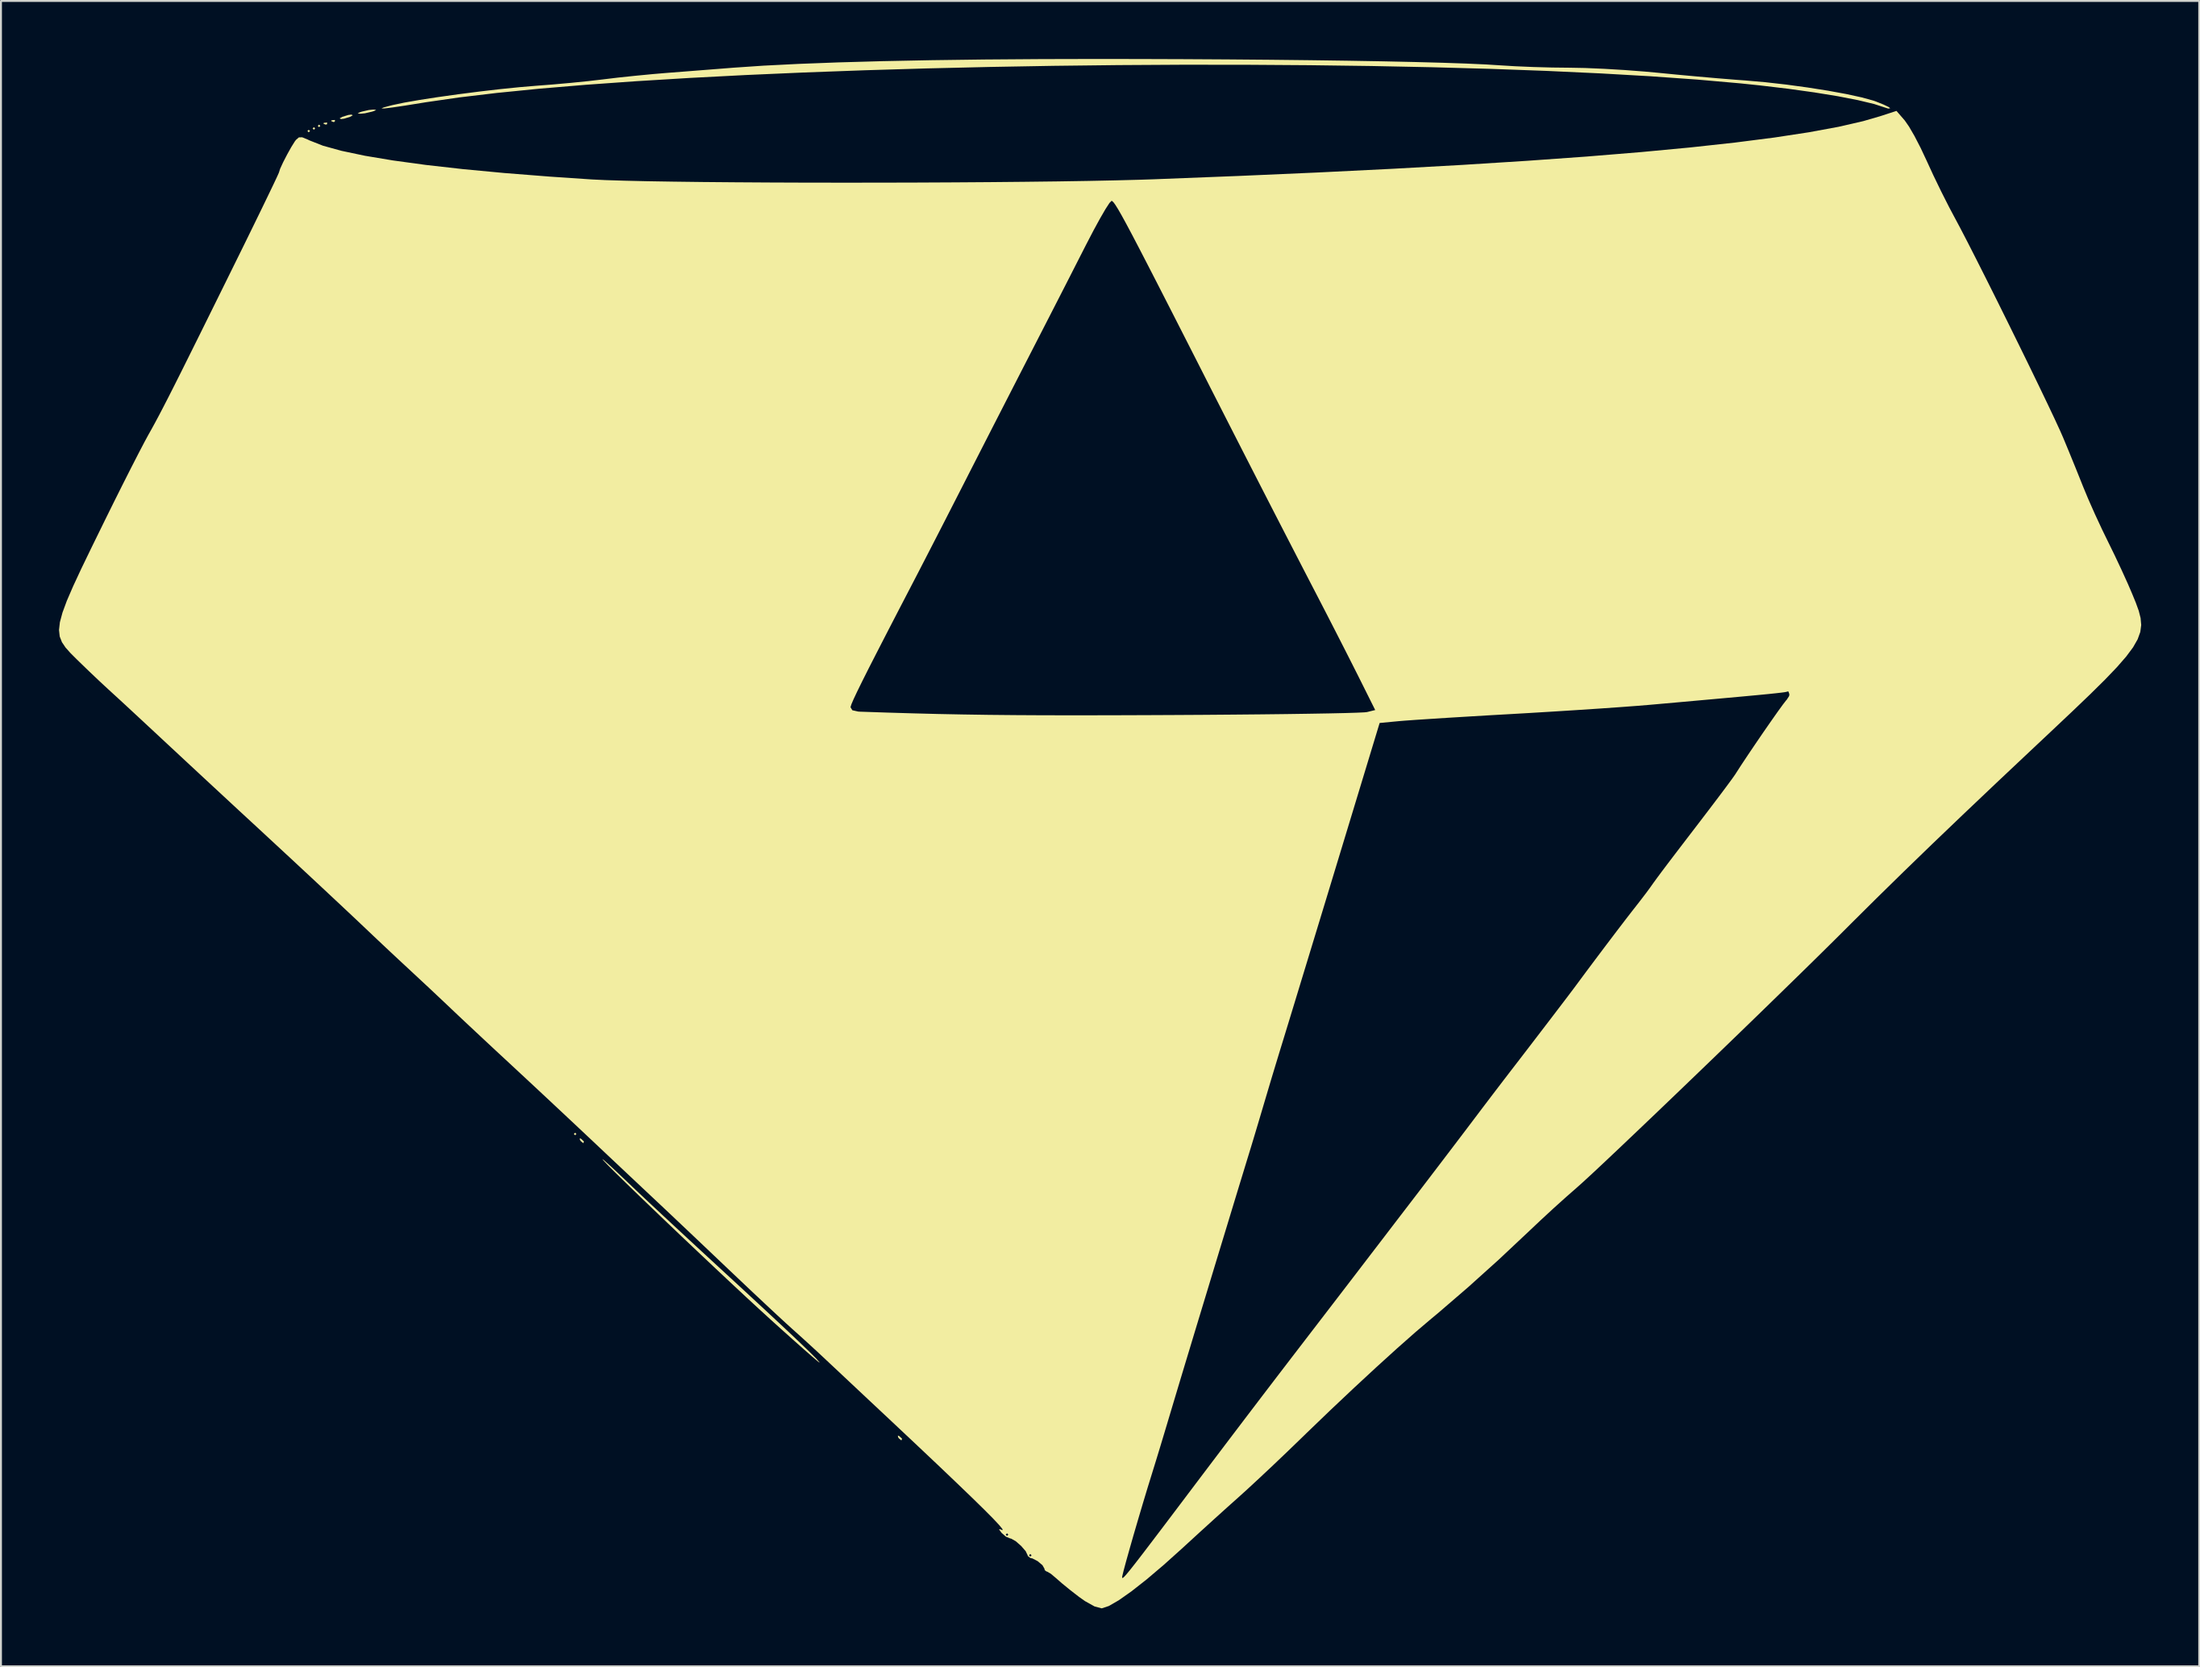
<source format=kicad_pcb>
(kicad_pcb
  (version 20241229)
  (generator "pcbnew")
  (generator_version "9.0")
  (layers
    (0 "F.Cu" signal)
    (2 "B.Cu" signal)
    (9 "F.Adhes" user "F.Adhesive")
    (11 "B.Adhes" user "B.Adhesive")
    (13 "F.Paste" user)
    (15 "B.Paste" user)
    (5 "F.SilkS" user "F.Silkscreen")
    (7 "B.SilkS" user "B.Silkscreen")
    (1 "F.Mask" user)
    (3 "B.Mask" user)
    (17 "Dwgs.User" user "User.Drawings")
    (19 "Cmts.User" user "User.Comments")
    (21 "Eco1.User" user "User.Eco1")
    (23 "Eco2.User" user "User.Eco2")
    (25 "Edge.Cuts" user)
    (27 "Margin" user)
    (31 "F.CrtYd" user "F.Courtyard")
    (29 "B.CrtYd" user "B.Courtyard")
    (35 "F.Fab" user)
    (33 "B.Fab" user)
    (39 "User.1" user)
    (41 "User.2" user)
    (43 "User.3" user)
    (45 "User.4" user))
  (footprint "sonics_emerald_v2"
    (layer "F.Cu")
    (at 53.614 39.755)
    (property "Reference" "sonics_emerald_v2" (at 0 0 0) (layer "F.SilkS") (effects (font (size 1.5 1.5) (thickness 0.3))))
    (attr board_only exclude_from_pos_files exclude_from_bom)
    (fp_poly (pts (xy -40.64 -36.028) (xy -40.707 -35.961) (xy -40.774 -36.028) (xy -40.707 -36.095)) (stroke (width 0) (type solid)) (fill yes) (layer "F.SilkS"))
    (fp_poly (pts (xy -40.373 -36.162) (xy -40.439 -36.095) (xy -40.506 -36.162) (xy -40.439 -36.228)) (stroke (width 0) (type solid)) (fill yes) (layer "F.SilkS"))
    (fp_poly (pts (xy -40.105 -36.295) (xy -40.172 -36.228) (xy -40.239 -36.295) (xy -40.172 -36.362)) (stroke (width 0) (type solid)) (fill yes) (layer "F.SilkS"))
    (fp_poly (pts (xy -26.871 15.842) (xy -26.937 15.908) (xy -27.004 15.842) (xy -26.937 15.775)) (stroke (width 0) (type solid)) (fill yes) (layer "F.SilkS"))
    (fp_poly (pts (xy -39.749 -36.451) (xy -39.767 -36.372) (xy -39.838 -36.362) (xy -39.948 -36.411) (xy -39.927 -36.451) (xy -39.768 -36.467)) (stroke (width 0) (type solid)) (fill yes) (layer "F.SilkS"))
    (fp_poly (pts (xy -39.348 -36.585) (xy -39.366 -36.505) (xy -39.437 -36.496) (xy -39.547 -36.545) (xy -39.526 -36.585) (xy -39.367 -36.601)) (stroke (width 0) (type solid)) (fill yes) (layer "F.SilkS"))
    (fp_poly (pts (xy -26.624 16.096) (xy -26.48 16.231) (xy -26.51 16.308) (xy -26.528 16.309) (xy -26.641 16.215) (xy -26.683 16.155) (xy -26.699 16.064)) (stroke (width 0) (type solid)) (fill yes) (layer "F.SilkS"))
    (fp_poly (pts (xy -10.181 31.47) (xy -10.037 31.604) (xy -10.067 31.682) (xy -10.085 31.683) (xy -10.198 31.588) (xy -10.24 31.529) (xy -10.255 31.437)) (stroke (width 0) (type solid)) (fill yes) (layer "F.SilkS"))
    (fp_poly (pts (xy -38.427 -36.844) (xy -38.568 -36.763) (xy -38.88 -36.668) (xy -39.036 -36.648) (xy -39.11 -36.683) (xy -38.969 -36.763) (xy -38.657 -36.859) (xy -38.501 -36.878)) (stroke (width 0) (type solid)) (fill yes) (layer "F.SilkS"))
    (fp_poly (pts (xy -37.22 -37.123) (xy -37.319 -37.068) (xy -37.432 -37.031) (xy -37.798 -36.946) (xy -38.033 -36.923) (xy -38.178 -36.938) (xy -38.079 -36.993) (xy -37.966 -37.031) (xy -37.6 -37.115) (xy -37.365 -37.138)) (stroke (width 0) (type solid)) (fill yes) (layer "F.SilkS"))
    (fp_poly (pts (xy -25.443 17.203) (xy -25.195 17.424) (xy -24.823 17.768) (xy -24.361 18.206) (xy -24.16 18.398) (xy -23.712 18.824) (xy -23.105 19.396) (xy -22.375 20.078) (xy -21.562 20.835) (xy -20.702 21.632) (xy -19.833 22.434) (xy -19.516 22.726) (xy -18.212 23.928) (xy -17.091 24.967) (xy -16.155 25.841) (xy -15.406 26.548) (xy -14.848 27.085) (xy -14.483 27.449) (xy -14.313 27.639) (xy -14.304 27.668) (xy -14.418 27.582) (xy -14.701 27.34) (xy -15.127 26.967) (xy -15.669 26.486) (xy -16.299 25.921) (xy -16.842 25.431) (xy -17.422 24.901) (xy -18.099 24.276) (xy -18.85 23.575) (xy -19.653 22.821) (xy -20.485 22.036) (xy -21.324 21.242) (xy -22.146 20.459) (xy -22.928 19.71) (xy -23.649 19.017) (xy -24.286 18.4) (xy -24.815 17.882) (xy -25.214 17.484) (xy -25.461 17.228) (xy -25.534 17.138)) (stroke (width 0) (type solid)) (fill yes) (layer "F.SilkS"))
    (fp_poly (pts (xy 2.146 -39.753) (xy 4.507 -39.745) (xy 6.795 -39.732) (xy 8.992 -39.714) (xy 11.076 -39.691) (xy 13.029 -39.664) (xy 14.831 -39.633) (xy 16.463 -39.598) (xy 17.904 -39.559) (xy 19.135 -39.517) (xy 20.136 -39.472) (xy 20.841 -39.428) (xy 21.636 -39.38) (xy 22.581 -39.34) (xy 23.558 -39.313) (xy 24.45 -39.303) (xy 24.462 -39.303) (xy 25.271 -39.288) (xy 26.253 -39.246) (xy 27.313 -39.183) (xy 28.36 -39.103) (xy 29.022 -39.042) (xy 30.003 -38.946) (xy 31.06 -38.849) (xy 32.098 -38.758) (xy 33.028 -38.682) (xy 33.555 -38.643) (xy 34.584 -38.553) (xy 35.671 -38.43) (xy 36.765 -38.281) (xy 37.814 -38.116) (xy 38.765 -37.942) (xy 39.568 -37.767) (xy 40.171 -37.601) (xy 40.295 -37.558) (xy 40.691 -37.399) (xy 40.961 -37.269) (xy 41.041 -37.207) (xy 40.94 -37.189) (xy 40.807 -37.23) (xy 40.21 -37.425) (xy 39.376 -37.625) (xy 38.336 -37.828) (xy 37.119 -38.026) (xy 35.757 -38.216) (xy 34.279 -38.391) (xy 33.287 -38.494) (xy 31.068 -38.689) (xy 28.647 -38.861) (xy 26.044 -39.01) (xy 23.279 -39.138) (xy 20.373 -39.244) (xy 17.346 -39.328) (xy 14.218 -39.391) (xy 11.01 -39.433) (xy 7.742 -39.455) (xy 4.434 -39.457) (xy 1.107 -39.438) (xy -2.219 -39.4) (xy -5.524 -39.342) (xy -8.787 -39.266) (xy -11.989 -39.17) (xy -15.108 -39.056) (xy -18.125 -38.924) (xy -21.019 -38.774) (xy -23.77 -38.606) (xy -26.357 -38.422) (xy -28.76 -38.22) (xy -30.959 -38.001) (xy -32.934 -37.766) (xy -34.664 -37.515) (xy -34.805 -37.492) (xy -35.726 -37.344) (xy -36.391 -37.245) (xy -36.799 -37.196) (xy -36.948 -37.196) (xy -36.839 -37.247) (xy -36.468 -37.347) (xy -36.362 -37.373) (xy -35.775 -37.497) (xy -34.977 -37.636) (xy -34.026 -37.783) (xy -32.977 -37.93) (xy -31.886 -38.07) (xy -30.811 -38.195) (xy -29.807 -38.297) (xy -28.943 -38.37) (xy -28.076 -38.437) (xy -27.15 -38.52) (xy -26.27 -38.609) (xy -25.54 -38.693) (xy -25.467 -38.702) (xy -24.719 -38.792) (xy -23.826 -38.886) (xy -22.911 -38.974) (xy -22.225 -39.032) (xy -21.344 -39.1) (xy -20.35 -39.178) (xy -19.381 -39.254) (xy -18.749 -39.304) (xy -17.2 -39.409) (xy -15.393 -39.5) (xy -13.34 -39.578) (xy -11.049 -39.642) (xy -8.531 -39.692) (xy -5.795 -39.728) (xy -2.852 -39.749) (xy -0.267 -39.755)) (stroke (width 0) (type solid)) (fill yes) (layer "F.SilkS"))
    (fp_poly (pts (xy 41.789 -36.577) (xy 42.01 -36.26) (xy 42.297 -35.765) (xy 42.61 -35.159) (xy 42.911 -34.518) (xy 43.265 -33.749) (xy 43.673 -32.905) (xy 44.078 -32.104) (xy 44.337 -31.616) (xy 44.639 -31.05) (xy 45.029 -30.299) (xy 45.487 -29.399) (xy 45.997 -28.388) (xy 46.541 -27.299) (xy 47.101 -26.169) (xy 47.66 -25.034) (xy 48.201 -23.93) (xy 48.704 -22.892) (xy 49.153 -21.956) (xy 49.531 -21.158) (xy 49.819 -20.533) (xy 49.974 -20.181) (xy 50.278 -19.447) (xy 50.616 -18.619) (xy 50.927 -17.844) (xy 51.008 -17.641) (xy 51.276 -16.995) (xy 51.62 -16.218) (xy 51.993 -15.416) (xy 52.288 -14.81) (xy 52.641 -14.087) (xy 53.002 -13.32) (xy 53.325 -12.607) (xy 53.539 -12.11) (xy 53.733 -11.637) (xy 53.884 -11.221) (xy 53.981 -10.842) (xy 54.013 -10.482) (xy 53.966 -10.122) (xy 53.829 -9.742) (xy 53.591 -9.325) (xy 53.238 -8.851) (xy 52.759 -8.301) (xy 52.142 -7.656) (xy 51.375 -6.898) (xy 50.446 -6.008) (xy 49.342 -4.966) (xy 48.468 -4.144) (xy 46.545 -2.332) (xy 44.796 -0.671) (xy 43.195 0.862) (xy 41.717 2.294) (xy 40.335 3.649) (xy 39.023 4.952) (xy 38.835 5.141) (xy 38.136 5.837) (xy 37.317 6.646) (xy 36.399 7.547) (xy 35.401 8.521) (xy 34.346 9.549) (xy 33.253 10.609) (xy 32.143 11.682) (xy 31.037 12.748) (xy 29.955 13.788) (xy 28.919 14.781) (xy 27.948 15.707) (xy 27.065 16.547) (xy 26.288 17.281) (xy 25.64 17.888) (xy 25.14 18.348) (xy 24.81 18.643) (xy 24.798 18.653) (xy 24.27 19.116) (xy 23.632 19.691) (xy 22.969 20.304) (xy 22.392 20.849) (xy 20.812 22.334) (xy 19.217 23.771) (xy 17.687 25.089) (xy 17.312 25.401) (xy 16.509 26.083) (xy 15.554 26.927) (xy 14.481 27.901) (xy 13.323 28.974) (xy 12.115 30.114) (xy 10.89 31.292) (xy 10.561 31.612) (xy 9.863 32.286) (xy 9.129 32.986) (xy 8.415 33.656) (xy 7.783 34.241) (xy 7.353 34.63) (xy 6.777 35.145) (xy 6.084 35.771) (xy 5.349 36.44) (xy 4.651 37.08) (xy 4.477 37.24) (xy 3.497 38.121) (xy 2.607 38.877) (xy 1.823 39.493) (xy 1.165 39.957) (xy 0.651 40.254) (xy 0.298 40.371) (xy 0.269 40.373) (xy -0.09 40.276) (xy -0.58 40.002) (xy -0.889 39.784) (xy -1.347 39.429) (xy -1.778 39.077) (xy -2.072 38.819) (xy -2.136 38.765) (xy 1.337 38.765) (xy 1.345 38.803) (xy 1.376 38.801) (xy 1.446 38.742) (xy 1.565 38.61) (xy 1.749 38.387) (xy 2.01 38.056) (xy 2.361 37.602) (xy 2.815 37.006) (xy 3.387 36.253) (xy 4.088 35.325) (xy 4.933 34.205) (xy 5.233 33.807) (xy 6.012 32.776) (xy 6.852 31.666) (xy 7.712 30.533) (xy 8.548 29.434) (xy 9.318 28.425) (xy 9.979 27.562) (xy 10.099 27.405) (xy 10.772 26.528) (xy 11.486 25.598) (xy 12.195 24.674) (xy 12.853 23.816) (xy 13.415 23.083) (xy 13.622 22.812) (xy 14.189 22.071) (xy 14.858 21.198) (xy 15.565 20.273) (xy 16.251 19.378) (xy 16.692 18.802) (xy 17.29 18.018) (xy 17.923 17.187) (xy 18.539 16.377) (xy 19.086 15.656) (xy 19.451 15.173) (xy 19.953 14.508) (xy 20.49 13.801) (xy 20.995 13.139) (xy 21.383 12.633) (xy 21.877 11.991) (xy 22.415 11.29) (xy 22.965 10.571) (xy 23.498 9.874) (xy 23.981 9.24) (xy 24.385 8.709) (xy 24.677 8.321) (xy 24.798 8.159) (xy 25.274 7.516) (xy 25.811 6.797) (xy 26.368 6.057) (xy 26.901 5.353) (xy 27.368 4.742) (xy 27.727 4.278) (xy 27.777 4.215) (xy 28.121 3.774) (xy 28.428 3.372) (xy 28.636 3.089) (xy 28.643 3.078) (xy 28.8 2.857) (xy 28.99 2.596) (xy 29.235 2.266) (xy 29.556 1.84) (xy 29.975 1.289) (xy 30.514 0.584) (xy 31.194 -0.304) (xy 31.215 -0.332) (xy 31.723 -0.998) (xy 32.186 -1.61) (xy 32.575 -2.13) (xy 32.861 -2.518) (xy 33.014 -2.735) (xy 33.02 -2.744) (xy 33.309 -3.193) (xy 33.669 -3.736) (xy 34.07 -4.331) (xy 34.482 -4.934) (xy 34.877 -5.503) (xy 35.224 -5.997) (xy 35.495 -6.371) (xy 35.66 -6.584) (xy 35.691 -6.616) (xy 35.815 -6.81) (xy 35.827 -6.901) (xy 35.776 -7.045) (xy 35.727 -7.041) (xy 35.68 -7.025) (xy 35.574 -7.005) (xy 35.39 -6.981) (xy 35.106 -6.949) (xy 34.701 -6.907) (xy 34.155 -6.854) (xy 33.446 -6.788) (xy 32.555 -6.707) (xy 31.458 -6.608) (xy 30.137 -6.489) (xy 28.608 -6.353) (xy 27.937 -6.298) (xy 27.049 -6.232) (xy 25.995 -6.158) (xy 24.824 -6.081) (xy 23.588 -6.003) (xy 22.336 -5.927) (xy 21.523 -5.88) (xy 20.359 -5.814) (xy 19.238 -5.747) (xy 18.198 -5.684) (xy 17.278 -5.625) (xy 16.515 -5.575) (xy 15.948 -5.534) (xy 15.646 -5.509) (xy 14.648 -5.414) (xy 13.269 -0.869) (xy 12.833 0.567) (xy 12.383 2.049) (xy 11.929 3.544) (xy 11.48 5.02) (xy 11.046 6.445) (xy 10.638 7.784) (xy 10.266 9.007) (xy 9.939 10.079) (xy 9.667 10.968) (xy 9.46 11.642) (xy 9.423 11.764) (xy 9.26 12.301) (xy 9.049 12.999) (xy 8.821 13.765) (xy 8.621 14.438) (xy 8.408 15.157) (xy 8.196 15.866) (xy 8.01 16.483) (xy 7.879 16.911) (xy 7.771 17.262) (xy 7.597 17.833) (xy 7.366 18.589) (xy 7.091 19.493) (xy 6.782 20.511) (xy 6.449 21.605) (xy 6.104 22.741) (xy 5.758 23.883) (xy 5.421 24.994) (xy 5.104 26.04) (xy 4.819 26.984) (xy 4.575 27.791) (xy 4.384 28.425) (xy 4.329 28.608) (xy 4.104 29.358) (xy 3.866 30.153) (xy 3.648 30.882) (xy 3.528 31.282) (xy 3.322 31.967) (xy 3.095 32.712) (xy 2.893 33.366) (xy 2.876 33.421) (xy 2.647 34.162) (xy 2.405 34.965) (xy 2.161 35.789) (xy 1.927 36.589) (xy 1.717 37.325) (xy 1.541 37.952) (xy 1.413 38.429) (xy 1.345 38.712) (xy 1.337 38.765) (xy -2.136 38.765) (xy -2.345 38.589) (xy -2.54 38.474) (xy -2.573 38.471) (xy -2.666 38.396) (xy -2.674 38.333) (xy -2.779 38.146) (xy -3.023 37.938) (xy -3.298 37.794) (xy -3.409 37.771) (xy -3.541 37.663) (xy -3.546 37.632) (xy -3.476 37.632) (xy -3.409 37.699) (xy -3.342 37.632) (xy -3.409 37.565) (xy -3.476 37.632) (xy -3.546 37.632) (xy -3.646 37.421) (xy -3.881 37.149) (xy -4.162 36.903) (xy -4.4 36.769) (xy -4.44 36.763) (xy -4.667 36.67) (xy -4.789 36.563) (xy -4.679 36.563) (xy -4.612 36.629) (xy -4.545 36.563) (xy -4.612 36.496) (xy -4.679 36.563) (xy -4.789 36.563) (xy -4.892 36.473) (xy -5.025 36.294) (xy -4.967 36.284) (xy -4.946 36.295) (xy -4.835 36.337) (xy -4.858 36.262) (xy -5.023 36.061) (xy -5.335 35.728) (xy -5.803 35.257) (xy -6.432 34.641) (xy -7.23 33.873) (xy -8.203 32.945) (xy -9.359 31.852) (xy -10.704 30.587) (xy -10.962 30.345) (xy -11.663 29.688) (xy -12.356 29.037) (xy -12.998 28.434) (xy -13.545 27.92) (xy -13.954 27.537) (xy -14.037 27.458) (xy -14.564 26.968) (xy -15.145 26.436) (xy -15.662 25.971) (xy -15.708 25.93) (xy -16.032 25.636) (xy -16.512 25.193) (xy -17.108 24.636) (xy -17.785 24.001) (xy -18.502 23.322) (xy -18.979 22.87) (xy -19.742 22.145) (xy -20.522 21.404) (xy -21.274 20.691) (xy -21.95 20.051) (xy -22.504 19.528) (xy -22.729 19.317) (xy -23.234 18.842) (xy -23.878 18.236) (xy -24.607 17.55) (xy -25.365 16.836) (xy -26.096 16.146) (xy -26.142 16.103) (xy -26.951 15.342) (xy -27.867 14.483) (xy -28.811 13.6) (xy -29.705 12.767) (xy -30.346 12.171) (xy -31.039 11.528) (xy -31.732 10.881) (xy -32.379 10.276) (xy -32.929 9.759) (xy -33.335 9.375) (xy -33.354 9.356) (xy -33.87 8.868) (xy -34.486 8.288) (xy -35.108 7.708) (xy -35.426 7.413) (xy -36.032 6.849) (xy -36.711 6.214) (xy -37.353 5.608) (xy -37.632 5.343) (xy -38.161 4.841) (xy -38.849 4.194) (xy -39.659 3.435) (xy -40.553 2.6) (xy -41.493 1.724) (xy -42.443 0.843) (xy -43.363 -0.01) (xy -43.703 -0.324) (xy -44.322 -0.896) (xy -45.1 -1.618) (xy -46.002 -2.455) (xy -46.992 -3.375) (xy -48.033 -4.344) (xy -49.091 -5.329) (xy -49.327 -5.549) (xy -49.857 -6.041) (xy -50.055 -6.225) (xy -12.7 -6.225) (xy -12.607 -6.072) (xy -12.301 -6.004) (xy -12.199 -5.998) (xy -10.794 -5.951) (xy -9.466 -5.912) (xy -8.178 -5.879) (xy -6.895 -5.854) (xy -5.581 -5.834) (xy -4.2 -5.821) (xy -2.717 -5.813) (xy -1.095 -5.811) (xy 0.702 -5.813) (xy 2.708 -5.82) (xy 4.011 -5.826) (xy 5.596 -5.835) (xy 7.111 -5.847) (xy 8.533 -5.86) (xy 9.84 -5.875) (xy 11.009 -5.892) (xy 12.018 -5.909) (xy 12.845 -5.927) (xy 13.466 -5.946) (xy 13.859 -5.964) (xy 13.994 -5.978) (xy 14.419 -6.083) (xy 13.585 -7.754) (xy 13.239 -8.441) (xy 12.81 -9.287) (xy 12.339 -10.21) (xy 11.865 -11.133) (xy 11.539 -11.764) (xy 10.718 -13.35) (xy 9.946 -14.847) (xy 9.195 -16.306) (xy 8.44 -17.778) (xy 7.655 -19.313) (xy 6.813 -20.963) (xy 5.889 -22.777) (xy 5.44 -23.662) (xy 4.589 -25.335) (xy 3.85 -26.785) (xy 3.215 -28.028) (xy 2.676 -29.077) (xy 2.225 -29.95) (xy 1.853 -30.662) (xy 1.552 -31.227) (xy 1.314 -31.662) (xy 1.131 -31.981) (xy 0.994 -32.201) (xy 0.896 -32.337) (xy 0.828 -32.404) (xy 0.79 -32.418) (xy 0.681 -32.305) (xy 0.476 -31.988) (xy 0.196 -31.505) (xy -0.138 -30.893) (xy -0.505 -30.188) (xy -0.527 -30.146) (xy -0.911 -29.392) (xy -1.385 -28.461) (xy -1.919 -27.416) (xy -2.481 -26.319) (xy -3.04 -25.229) (xy -3.467 -24.397) (xy -4.036 -23.288) (xy -4.668 -22.054) (xy -5.323 -20.775) (xy -5.961 -19.527) (xy -6.541 -18.391) (xy -6.852 -17.78) (xy -7.344 -16.817) (xy -7.852 -15.823) (xy -8.348 -14.856) (xy -8.801 -13.976) (xy -9.18 -13.241) (xy -9.356 -12.901) (xy -10.124 -11.422) (xy -10.774 -10.165) (xy -11.315 -9.113) (xy -11.755 -8.252) (xy -12.1 -7.564) (xy -12.359 -7.036) (xy -12.54 -6.651) (xy -12.65 -6.395) (xy -12.697 -6.251) (xy -12.7 -6.225) (xy -50.055 -6.225) (xy -50.412 -6.555) (xy -50.903 -7.005) (xy -51.065 -7.153) (xy -51.514 -7.57) (xy -52.053 -8.081) (xy -52.581 -8.592) (xy -52.703 -8.711) (xy -53.02 -9.028) (xy -53.275 -9.314) (xy -53.462 -9.592) (xy -53.577 -9.887) (xy -53.614 -10.224) (xy -53.568 -10.627) (xy -53.435 -11.122) (xy -53.21 -11.732) (xy -52.886 -12.482) (xy -52.461 -13.396) (xy -51.927 -14.5) (xy -51.281 -15.818) (xy -51.237 -15.908) (xy -50.771 -16.851) (xy -50.312 -17.769) (xy -49.882 -18.62) (xy -49.503 -19.359) (xy -49.198 -19.943) (xy -48.991 -20.325) (xy -48.817 -20.635) (xy -48.637 -20.965) (xy -48.44 -21.334) (xy -48.216 -21.764) (xy -47.953 -22.275) (xy -47.642 -22.89) (xy -47.271 -23.629) (xy -46.831 -24.514) (xy -46.309 -25.565) (xy -45.697 -26.803) (xy -44.982 -28.25) (xy -44.597 -29.031) (xy -44.081 -30.077) (xy -43.605 -31.049) (xy -43.18 -31.92) (xy -42.82 -32.664) (xy -42.536 -33.255) (xy -42.342 -33.666) (xy -42.25 -33.872) (xy -42.244 -33.891) (xy -42.183 -34.08) (xy -42.027 -34.418) (xy -41.819 -34.821) (xy -41.603 -35.208) (xy -41.421 -35.498) (xy -41.361 -35.575) (xy -41.214 -35.701) (xy -41.043 -35.705) (xy -40.752 -35.585) (xy -40.67 -35.545) (xy -39.972 -35.27) (xy -39.015 -35.005) (xy -37.805 -34.75) (xy -36.352 -34.507) (xy -34.661 -34.276) (xy -32.742 -34.059) (xy -30.601 -33.857) (xy -28.246 -33.671) (xy -26.068 -33.524) (xy -25.353 -33.49) (xy -24.396 -33.46) (xy -23.224 -33.433) (xy -21.864 -33.411) (xy -20.342 -33.392) (xy -18.684 -33.378) (xy -16.917 -33.367) (xy -15.066 -33.36) (xy -13.158 -33.358) (xy -11.219 -33.359) (xy -9.276 -33.364) (xy -7.355 -33.373) (xy -5.482 -33.386) (xy -3.683 -33.403) (xy -1.986 -33.423) (xy -0.415 -33.448) (xy 1.003 -33.477) (xy 2.24 -33.509) (xy 2.941 -33.532) (xy 7.336 -33.704) (xy 11.465 -33.885) (xy 15.329 -34.076) (xy 18.929 -34.277) (xy 22.267 -34.488) (xy 25.342 -34.708) (xy 28.157 -34.939) (xy 30.713 -35.18) (xy 33.01 -35.431) (xy 35.051 -35.692) (xy 36.835 -35.964) (xy 38.364 -36.246) (xy 39.639 -36.539) (xy 40.5 -36.789) (xy 41.362 -37.07)) (stroke (width 0) (type solid)) (fill yes) (layer "F.SilkS")))
  (gr_rect
    (start -3 -3)
    (end 110.626 83.127)
    (stroke (width 0.1) (type default))
    (fill no)
    (layer "Edge.Cuts")))
</source>
